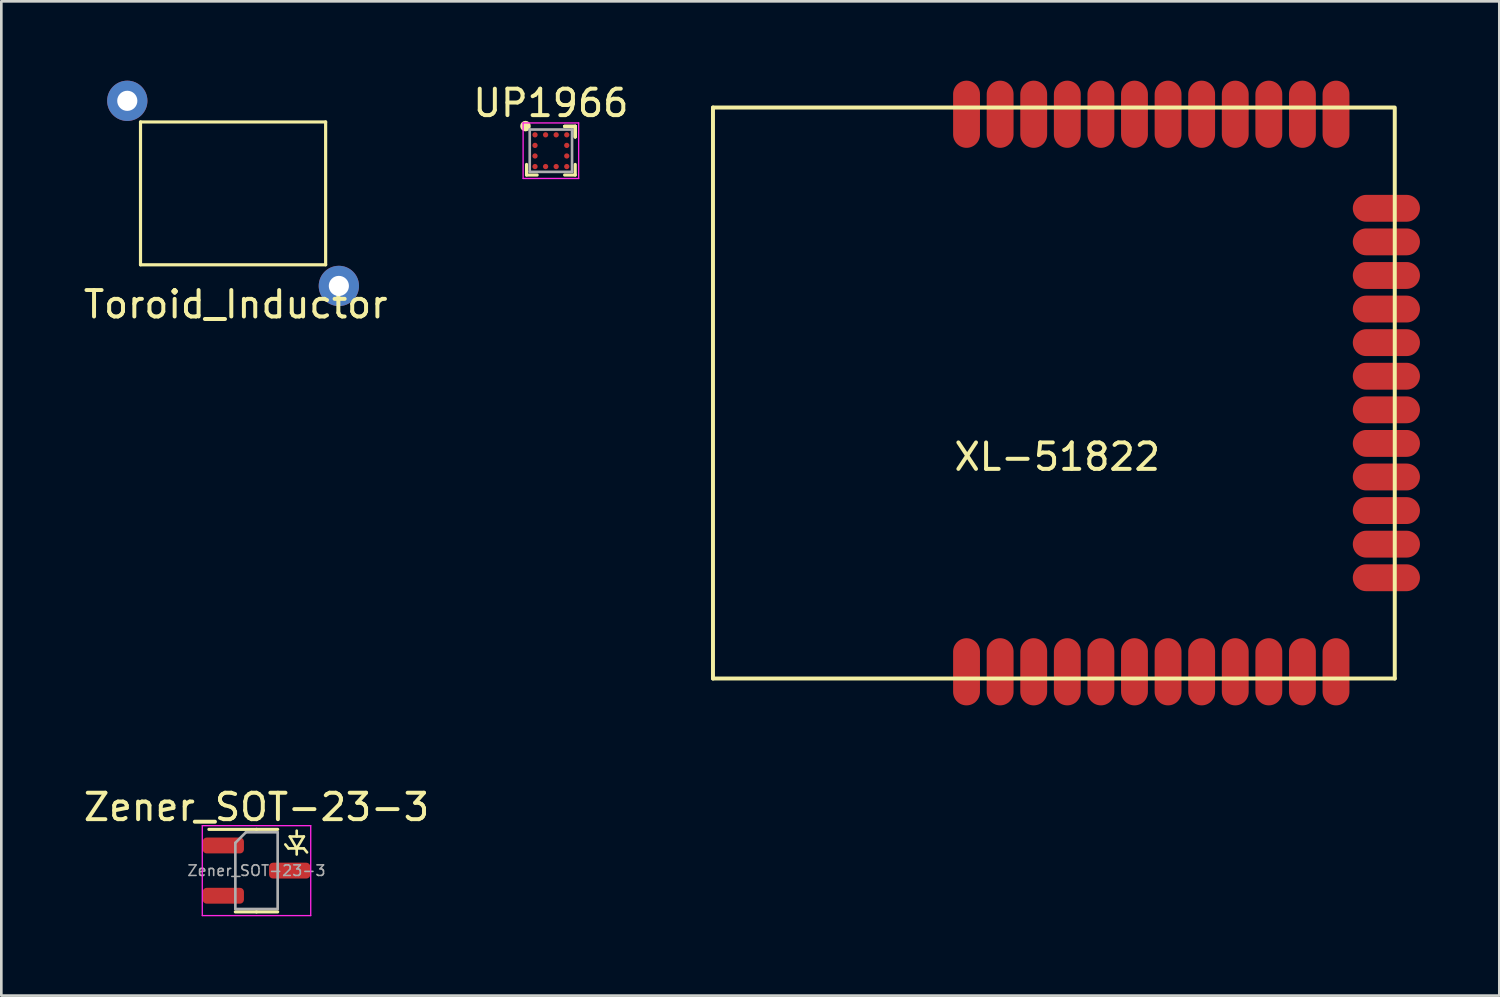
<source format=kicad_pcb>
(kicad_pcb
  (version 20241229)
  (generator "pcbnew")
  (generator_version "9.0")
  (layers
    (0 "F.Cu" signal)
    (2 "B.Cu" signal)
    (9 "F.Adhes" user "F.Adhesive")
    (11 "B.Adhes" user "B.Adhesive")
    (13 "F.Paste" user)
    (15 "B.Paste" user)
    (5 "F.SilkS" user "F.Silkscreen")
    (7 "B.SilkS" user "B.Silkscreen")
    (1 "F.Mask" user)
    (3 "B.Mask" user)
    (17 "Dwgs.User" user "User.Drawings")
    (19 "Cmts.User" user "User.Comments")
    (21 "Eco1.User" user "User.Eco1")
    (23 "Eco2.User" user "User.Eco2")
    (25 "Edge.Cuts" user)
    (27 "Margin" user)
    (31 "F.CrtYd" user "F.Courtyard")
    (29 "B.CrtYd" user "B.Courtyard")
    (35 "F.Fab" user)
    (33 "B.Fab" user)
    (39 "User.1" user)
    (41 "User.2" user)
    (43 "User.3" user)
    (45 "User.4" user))
  (footprint "XL-51822"
    (layer "F.Cu")
    (at 36.799 11.811)
    (property "Reference" "XL-51822" (at 0.127 2.413 0) (layer "F.SilkS") (effects (font (size 1 1) (thickness 0.15))))
    (attr through_hole)
    (fp_line (start -12.89 -10.795) (end -12.89 10.795) (stroke (width 0.15) (type solid)) (layer "F.SilkS"))
    (fp_line (start -12.89 10.795) (end 12.89 10.795) (stroke (width 0.15) (type solid)) (layer "F.SilkS"))
    (fp_line (start 12.89 -10.795) (end -12.89 -10.795) (stroke (width 0.15) (type solid)) (layer "F.SilkS"))
    (fp_line (start 12.89 10.795) (end 12.89 -10.732) (stroke (width 0.15) (type solid)) (layer "F.SilkS"))
    (pad "1" smd oval (at -3.302 10.541) (size 1.016 2.54) (layers "F.Cu" "F.Mask" "F.Paste"))
    (pad "2" smd oval (at -2.032 10.541) (size 1.016 2.54) (layers "F.Cu" "F.Mask" "F.Paste"))
    (pad "3" smd oval (at -0.762 10.541) (size 1.016 2.54) (layers "F.Cu" "F.Mask" "F.Paste"))
    (pad "4" smd oval (at 0.508 10.541) (size 1.016 2.54) (layers "F.Cu" "F.Mask" "F.Paste"))
    (pad "5" smd oval (at 1.778 10.541) (size 1.016 2.54) (layers "F.Cu" "F.Mask" "F.Paste"))
    (pad "6" smd oval (at 3.048 10.541) (size 1.016 2.54) (layers "F.Cu" "F.Mask" "F.Paste"))
    (pad "7" smd oval (at 4.318 10.541) (size 1.016 2.54) (layers "F.Cu" "F.Mask" "F.Paste"))
    (pad "8" smd oval (at 5.588 10.541) (size 1.016 2.54) (layers "F.Cu" "F.Mask" "F.Paste"))
    (pad "9" smd oval (at 6.858 10.541) (size 1.016 2.54) (layers "F.Cu" "F.Mask" "F.Paste"))
    (pad "10" smd oval (at 8.128 10.541) (size 1.016 2.54) (layers "F.Cu" "F.Mask" "F.Paste"))
    (pad "11" smd oval (at 9.398 10.541) (size 1.016 2.54) (layers "F.Cu" "F.Mask" "F.Paste"))
    (pad "12" smd oval (at 10.668 10.541) (size 1.016 2.54) (layers "F.Cu" "F.Mask" "F.Paste"))
    (pad "13" smd oval (at 12.573 6.985) (size 2.54 1.016) (layers "F.Cu" "F.Mask" "F.Paste"))
    (pad "14" smd oval (at 12.573 5.715) (size 2.54 1.016) (layers "F.Cu" "F.Mask" "F.Paste"))
    (pad "15" smd oval (at 12.573 4.445) (size 2.54 1.016) (layers "F.Cu" "F.Mask" "F.Paste"))
    (pad "16" smd oval (at 12.573 3.175) (size 2.54 1.016) (layers "F.Cu" "F.Mask" "F.Paste"))
    (pad "17" smd oval (at 12.573 1.905) (size 2.54 1.016) (layers "F.Cu" "F.Mask" "F.Paste"))
    (pad "18" smd oval (at 12.573 0.635) (size 2.54 1.016) (layers "F.Cu" "F.Mask" "F.Paste"))
    (pad "19" smd oval (at 12.573 -0.635) (size 2.54 1.016) (layers "F.Cu" "F.Mask" "F.Paste"))
    (pad "20" smd oval (at 12.573 -1.905) (size 2.54 1.016) (layers "F.Cu" "F.Mask" "F.Paste"))
    (pad "21" smd oval (at 12.573 -3.175) (size 2.54 1.016) (layers "F.Cu" "F.Mask" "F.Paste"))
    (pad "22" smd oval (at 12.573 -4.445) (size 2.54 1.016) (layers "F.Cu" "F.Mask" "F.Paste"))
    (pad "23" smd oval (at 12.573 -5.715) (size 2.54 1.016) (layers "F.Cu" "F.Mask" "F.Paste"))
    (pad "24" smd oval (at 12.573 -6.985) (size 2.54 1.016) (layers "F.Cu" "F.Mask" "F.Paste"))
    (pad "25" smd oval (at 10.668 -10.541) (size 1.016 2.54) (layers "F.Cu" "F.Mask" "F.Paste"))
    (pad "26" smd oval (at 9.398 -10.541) (size 1.016 2.54) (layers "F.Cu" "F.Mask" "F.Paste"))
    (pad "27" smd oval (at 8.128 -10.541) (size 1.016 2.54) (layers "F.Cu" "F.Mask" "F.Paste"))
    (pad "28" smd oval (at 6.858 -10.541) (size 1.016 2.54) (layers "F.Cu" "F.Mask" "F.Paste"))
    (pad "29" smd oval (at 5.588 -10.541) (size 1.016 2.54) (layers "F.Cu" "F.Mask" "F.Paste"))
    (pad "30" smd oval (at 4.318 -10.541) (size 1.016 2.54) (layers "F.Cu" "F.Mask" "F.Paste"))
    (pad "31" smd oval (at 3.048 -10.541) (size 1.016 2.54) (layers "F.Cu" "F.Mask" "F.Paste"))
    (pad "32" smd oval (at 1.778 -10.541) (size 1.016 2.54) (layers "F.Cu" "F.Mask" "F.Paste"))
    (pad "33" smd oval (at 0.508 -10.541) (size 1.016 2.54) (layers "F.Cu" "F.Mask" "F.Paste"))
    (pad "34" smd oval (at -0.762 -10.541) (size 1.016 2.54) (layers "F.Cu" "F.Mask" "F.Paste"))
    (pad "35" smd oval (at -2.032 -10.541) (size 1.016 2.54) (layers "F.Cu" "F.Mask" "F.Paste"))
    (pad "36" smd oval (at -3.302 -10.541) (size 1.016 2.54) (layers "F.Cu" "F.Mask" "F.Paste")))
  (footprint "UP1966"
    (layer "F.Cu")
    (at 17.78 2.648)
    (property "Reference" "UP1966" (at 0 -1.8 0) (layer "F.SilkS") (effects (font (size 1 1) (thickness 0.15))))
    (attr through_hole)
    (fp_line (start -0.92 0.92) (end -0.92 0.52) (stroke (width 0.12) (type default)) (layer "F.SilkS"))
    (fp_line (start -0.52 0.92) (end -0.92 0.92) (stroke (width 0.12) (type default)) (layer "F.SilkS"))
    (fp_line (start 0.52 -0.92) (end 0.92 -0.92) (stroke (width 0.12) (type default)) (layer "F.SilkS"))
    (fp_line (start 0.52 -0.92) (end 0.92 -0.92) (stroke (width 0.12) (type default)) (layer "F.SilkS"))
    (fp_line (start 0.52 -0.92) (end 0.92 -0.92) (stroke (width 0.12) (type default)) (layer "F.SilkS"))
    (fp_line (start 0.52 0.92) (end 0.92 0.92) (stroke (width 0.12) (type default)) (layer "F.SilkS"))
    (fp_line (start 0.92 -0.92) (end 0.92 -0.52) (stroke (width 0.12) (type default)) (layer "F.SilkS"))
    (fp_line (start 0.92 -0.92) (end 0.92 -0.52) (stroke (width 0.12) (type default)) (layer "F.SilkS"))
    (fp_line (start 0.92 -0.92) (end 0.92 -0.52) (stroke (width 0.12) (type default)) (layer "F.SilkS"))
    (fp_line (start 0.92 0.92) (end 0.92 0.52) (stroke (width 0.12) (type default)) (layer "F.SilkS"))
    (fp_circle (center -0.96 -0.93) (end -0.96 -0.83) (stroke (width 0.2) (type default)) (fill no) (layer "F.SilkS"))
    (fp_line (start -1.05 -1.05) (end 1.05 -1.05) (stroke (width 0.05) (type default)) (layer "F.CrtYd"))
    (fp_line (start -1.05 1.05) (end -1.05 -1.05) (stroke (width 0.05) (type default)) (layer "F.CrtYd"))
    (fp_line (start 1.05 -1.05) (end 1.05 1.05) (stroke (width 0.05) (type default)) (layer "F.CrtYd"))
    (fp_line (start 1.05 1.05) (end -1.05 1.05) (stroke (width 0.05) (type default)) (layer "F.CrtYd"))
    (fp_line (start -0.8 -0.8) (end -0.8 0.8) (stroke (width 0.1) (type default)) (layer "F.Fab"))
    (fp_line (start -0.8 0.8) (end 0.8 0.8) (stroke (width 0.1) (type default)) (layer "F.Fab"))
    (fp_line (start 0.8 -0.8) (end -0.8 -0.8) (stroke (width 0.1) (type default)) (layer "F.Fab"))
    (fp_line (start 0.8 0.8) (end 0.8 -0.8) (stroke (width 0.1) (type default)) (layer "F.Fab"))
    (pad "A1" smd circle (at -0.6 -0.6) (size 0.2 0.2) (layers "F.Cu" "F.Mask" "F.Paste"))
    (pad "A2" smd circle (at -0.2 -0.6) (size 0.2 0.2) (layers "F.Cu" "F.Mask" "F.Paste"))
    (pad "A3" smd circle (at 0.2 -0.6) (size 0.2 0.2) (layers "F.Cu" "F.Mask" "F.Paste"))
    (pad "A4" smd circle (at 0.6 -0.6) (size 0.2 0.2) (layers "F.Cu" "F.Mask" "F.Paste"))
    (pad "B1" smd circle (at -0.6 -0.2) (size 0.2 0.2) (layers "F.Cu" "F.Mask" "F.Paste"))
    (pad "B4" smd circle (at 0.6 -0.2) (size 0.2 0.2) (layers "F.Cu" "F.Mask" "F.Paste"))
    (pad "C1" smd circle (at -0.6 0.2) (size 0.2 0.2) (layers "F.Cu" "F.Mask" "F.Paste"))
    (pad "C4" smd circle (at 0.6 0.2) (size 0.2 0.2) (layers "F.Cu" "F.Mask" "F.Paste"))
    (pad "D1" smd circle (at -0.6 0.6) (size 0.2 0.2) (layers "F.Cu" "F.Mask" "F.Paste"))
    (pad "D2" smd circle (at -0.2 0.6) (size 0.2 0.2) (layers "F.Cu" "F.Mask" "F.Paste"))
    (pad "D3" smd circle (at 0.2 0.6) (size 0.2 0.2) (layers "F.Cu" "F.Mask" "F.Paste"))
    (pad "D4" smd circle (at 0.6 0.6) (size 0.2 0.2) (layers "F.Cu" "F.Mask" "F.Paste")))
  (footprint "Zener_SOT-23-3"
    (layer "F.Cu")
    (at 6.649 29.87)
    (property "Reference" "Zener_SOT-23-3" (at 0 -2.4 0) (layer "F.SilkS") (effects (font (size 1 1) (thickness 0.15))))
    (attr smd)
    (fp_line (start 0 -1.56) (end -1.8 -1.56) (stroke (width 0.12) (type solid)) (layer "F.SilkS"))
    (fp_line (start 0 -1.56) (end 0.8 -1.56) (stroke (width 0.12) (type solid)) (layer "F.SilkS"))
    (fp_line (start 0 1.56) (end -0.8 1.56) (stroke (width 0.12) (type solid)) (layer "F.SilkS"))
    (fp_line (start 0 1.56) (end 0.8 1.56) (stroke (width 0.12) (type solid)) (layer "F.SilkS"))
    (fp_line (start 1.21 -0.84) (end 1.09 -0.99) (stroke (width 0.1) (type default)) (layer "F.SilkS"))
    (fp_line (start 1.26 -1.29) (end 1.52 -0.84) (stroke (width 0.1) (type default)) (layer "F.SilkS"))
    (fp_line (start 1.52 -1.29) (end 1.52 -1.51) (stroke (width 0.1) (type default)) (layer "F.SilkS"))
    (fp_line (start 1.52 -0.84) (end 1.21 -0.84) (stroke (width 0.1) (type default)) (layer "F.SilkS"))
    (fp_line (start 1.52 -0.84) (end 1.52 -0.61) (stroke (width 0.1) (type default)) (layer "F.SilkS"))
    (fp_line (start 1.52 -0.84) (end 1.79 -1.29) (stroke (width 0.1) (type default)) (layer "F.SilkS"))
    (fp_line (start 1.52 -0.84) (end 1.79 -0.84) (stroke (width 0.1) (type default)) (layer "F.SilkS"))
    (fp_line (start 1.79 -1.29) (end 1.26 -1.29) (stroke (width 0.1) (type default)) (layer "F.SilkS"))
    (fp_line (start 1.79 -0.84) (end 1.91 -0.69) (stroke (width 0.1) (type default)) (layer "F.SilkS"))
    (fp_line (start -2.05 -1.7) (end -2.05 1.7) (stroke (width 0.05) (type solid)) (layer "F.CrtYd"))
    (fp_line (start -2.05 1.7) (end 2.05 1.7) (stroke (width 0.05) (type solid)) (layer "F.CrtYd"))
    (fp_line (start 2.05 -1.7) (end -2.05 -1.7) (stroke (width 0.05) (type solid)) (layer "F.CrtYd"))
    (fp_line (start 2.05 1.7) (end 2.05 -1.7) (stroke (width 0.05) (type solid)) (layer "F.CrtYd"))
    (fp_line (start -0.8 -1.05) (end -0.4 -1.45) (stroke (width 0.1) (type solid)) (layer "F.Fab"))
    (fp_line (start -0.8 1.45) (end -0.8 -1.05) (stroke (width 0.1) (type solid)) (layer "F.Fab"))
    (fp_line (start -0.4 -1.45) (end 0.8 -1.45) (stroke (width 0.1) (type solid)) (layer "F.Fab"))
    (fp_line (start 0.8 -1.45) (end 0.8 1.45) (stroke (width 0.1) (type solid)) (layer "F.Fab"))
    (fp_line (start 0.8 1.45) (end -0.8 1.45) (stroke (width 0.1) (type solid)) (layer "F.Fab"))
    (fp_text user "${REFERENCE}" (at 0 0 0) (layer "F.Fab") (effects (font (size 0.4 0.4) (thickness 0.06))))
    (pad "1" smd roundrect (at -1.255 -0.95) (size 1.56 0.6) (layers "F.Cu" "F.Mask" "F.Paste") (roundrect_rratio 0.25))
    (pad "2" smd roundrect (at -1.255 0.95) (size 1.56 0.6) (layers "F.Cu" "F.Mask" "F.Paste") (roundrect_rratio 0.25))
    (pad "3" smd roundrect (at 1.255 0) (size 1.56 0.6) (layers "F.Cu" "F.Mask" "F.Paste") (roundrect_rratio 0.25)))
  (footprint "Toroid_Inductor"
    (layer "F.Cu")
    (at 5.763 4.262)
    (property "Reference" "Toroid_Inductor" (at 0.1 4.2 0) (layer "F.SilkS") (effects (font (size 1 1) (thickness 0.15))))
    (attr through_hole)
    (fp_line (start -3.5 -2.7) (end 3.5 -2.7) (stroke (width 0.12) (type solid)) (layer "F.SilkS"))
    (fp_line (start -3.5 2.7) (end -3.5 -2.7) (stroke (width 0.12) (type solid)) (layer "F.SilkS"))
    (fp_line (start 3.5 -2.7) (end 3.5 2.7) (stroke (width 0.12) (type solid)) (layer "F.SilkS"))
    (fp_line (start 3.5 2.7) (end -3.5 2.7) (stroke (width 0.12) (type solid)) (layer "F.SilkS"))
    (pad "1" thru_hole circle (at 4 3.5) (size 1.524 1.524) (drill 0.762) (layers "*.Cu" "*.Mask"))
    (pad "2" thru_hole circle (at -4 -3.5) (size 1.524 1.524) (drill 0.762) (layers "*.Cu" "*.Mask")))
  (gr_rect
    (start -3 -3)
    (end 53.642 34.595)
    (stroke (width 0.1) (type default))
    (fill no)
    (layer "Edge.Cuts")))
</source>
